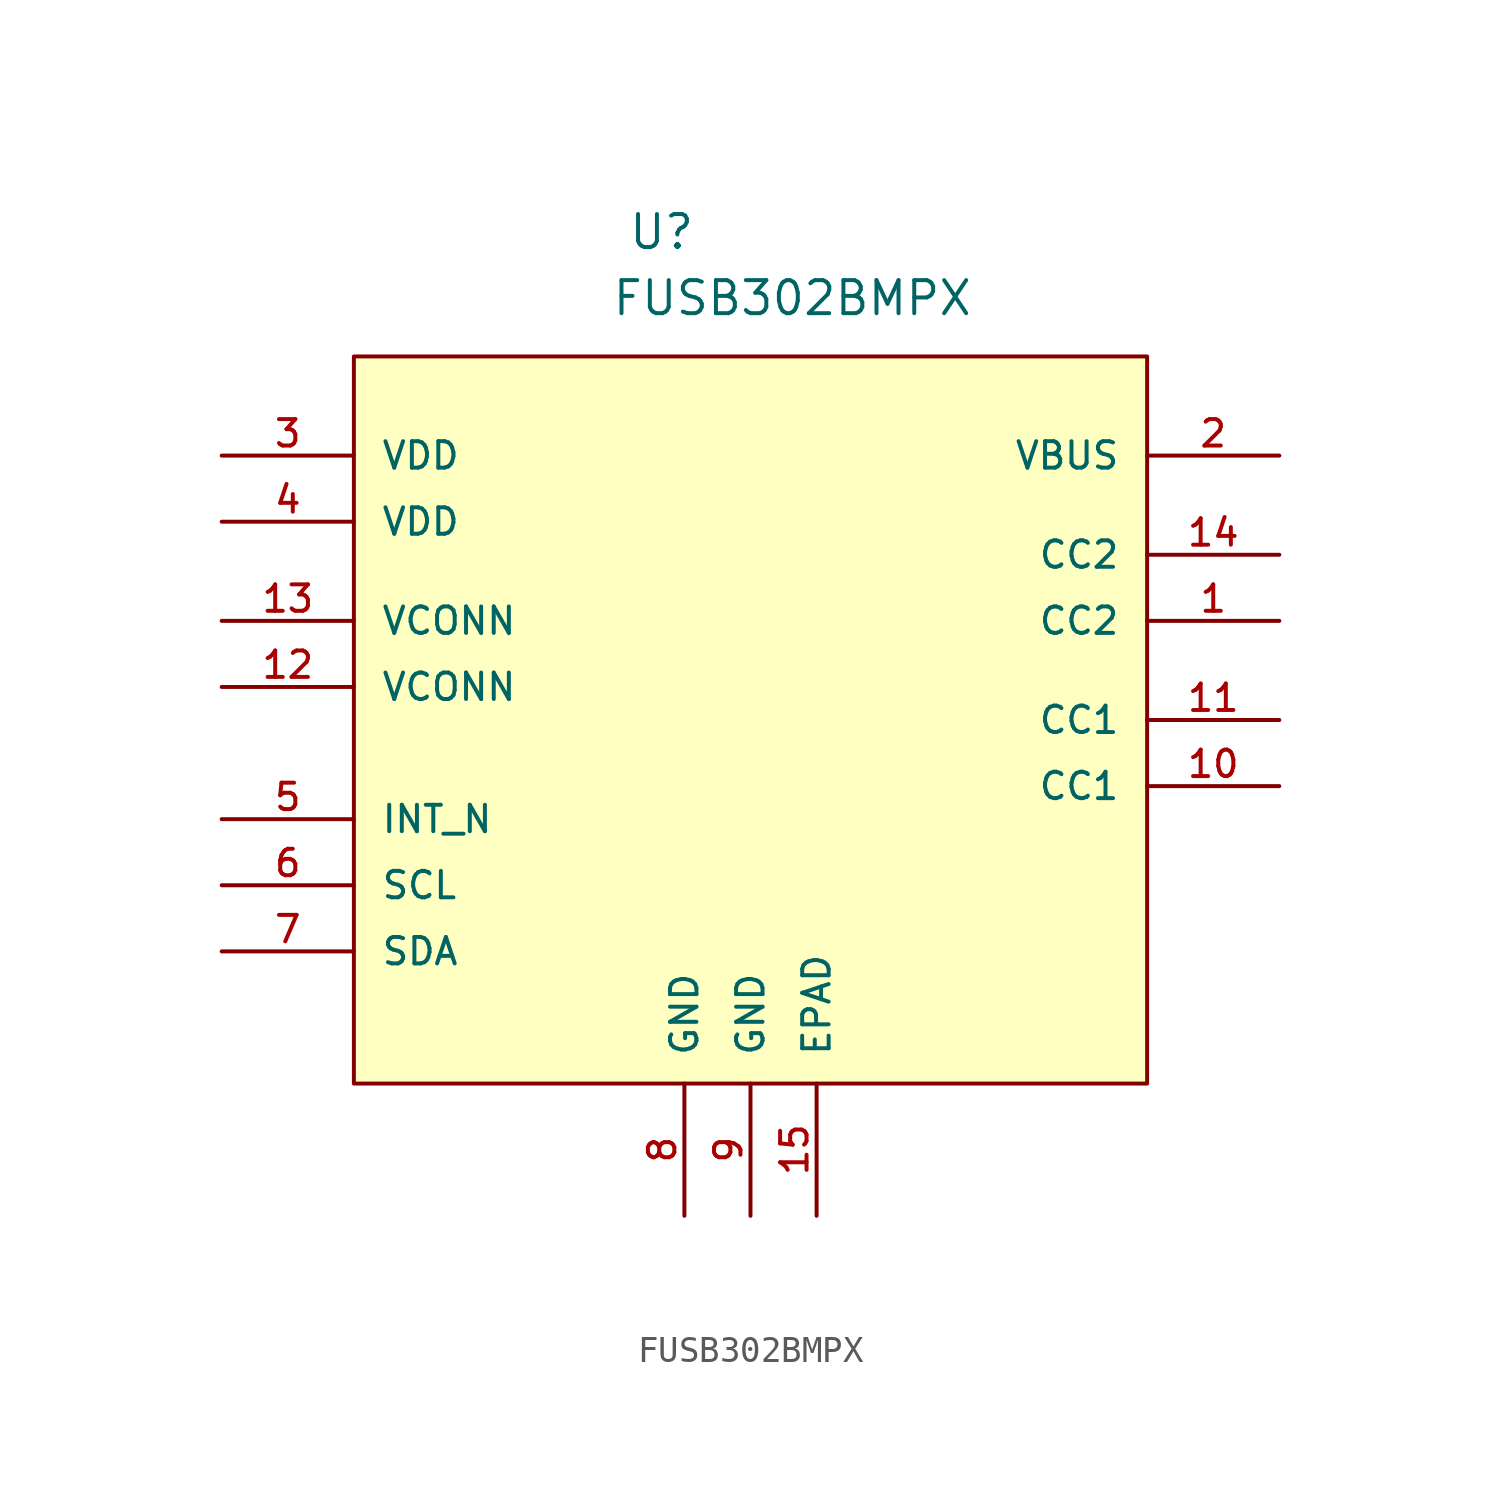
<source format=kicad_sym>
(kicad_symbol_lib
  (version 20241209)
  (generator "kicad_symbol_editor")
  (generator_version "9.0")
  (symbol "FUSB302BMPX"
    (pin_names
      (offset 1.016))
    (property "Reference" "U"
      (at 18.136 9.119 0)
      (effects (font (size 1.27 1.27)) (justify left bottom)))
    (property "Value" "FUSB302BMPX"
      (at 17.501 6.579 0)
      (effects (font (size 1.27 1.27)) (justify left bottom)))
    (symbol "FUSB302BMPX_0_0"
      (rectangle (start 7.62 -22.86) (end 38.1 5.08) (stroke (width 0.152) (type default)) (fill (type background)))
      (pin power_in line (at 2.54 -1.27 0) (length 5.08) (name "VDD" (effects (font (size 1.016 1.016)))) (number "4" (effects (font (size 1.016 1.016)))))
      (pin power_in line (at 2.54 -5.08 0) (length 5.08) (name "VCONN" (effects (font (size 1.016 1.016)))) (number "13" (effects (font (size 1.016 1.016)))))
      (pin output line (at 2.54 -12.7 0) (length 5.08) (name "INT_N" (effects (font (size 1.016 1.016)))) (number "5" (effects (font (size 1.016 1.016)))))
      (pin input line (at 2.54 -15.24 0) (length 5.08) (name "SCL" (effects (font (size 1.016 1.016)))) (number "6" (effects (font (size 1.016 1.016)))))
      (pin bidirectional line (at 2.54 -17.78 0) (length 5.08) (name "SDA" (effects (font (size 1.016 1.016)))) (number "7" (effects (font (size 1.016 1.016)))))
      (pin power_in line (at 22.86 -27.94 90) (length 5.08) (name "GND" (effects (font (size 1.016 1.016)))) (number "9" (effects (font (size 1.016 1.016)))))
      (pin passive line (at 25.4 -27.94 90) (length 5.08) (name "EPAD" (effects (font (size 1.016 1.016)))) (number "15" (effects (font (size 1.016 1.016)))))
      (pin input line (at 43.18 1.27 180) (length 5.08) (name "VBUS" (effects (font (size 1.016 1.016)))) (number "2" (effects (font (size 1.016 1.016)))))
      (pin bidirectional line (at 43.18 -2.54 180) (length 5.08) (name "CC2" (effects (font (size 1.016 1.016)))) (number "14" (effects (font (size 1.016 1.016)))))
      (pin bidirectional line (at 43.18 -8.89 180) (length 5.08) (name "CC1" (effects (font (size 1.016 1.016)))) (number "11" (effects (font (size 1.016 1.016))))))
    (symbol "FUSB302BMPX_1_0"
      (pin power_in line (at 2.54 1.27 0) (length 5.08) (name "VDD" (effects (font (size 1.016 1.016)))) (number "3" (effects (font (size 1.016 1.016)))))
      (pin power_in line (at 2.54 -7.62 0) (length 5.08) (name "VCONN" (effects (font (size 1.016 1.016)))) (number "12" (effects (font (size 1.016 1.016)))))
      (pin power_in line (at 20.32 -27.94 90) (length 5.08) (name "GND" (effects (font (size 1.016 1.016)))) (number "8" (effects (font (size 1.016 1.016)))))
      (pin bidirectional line (at 43.18 -5.08 180) (length 5.08) (name "CC2" (effects (font (size 1.016 1.016)))) (number "1" (effects (font (size 1.016 1.016)))))
      (pin bidirectional line (at 43.18 -11.43 180) (length 5.08) (name "CC1" (effects (font (size 1.016 1.016)))) (number "10" (effects (font (size 1.016 1.016))))))))
</source>
